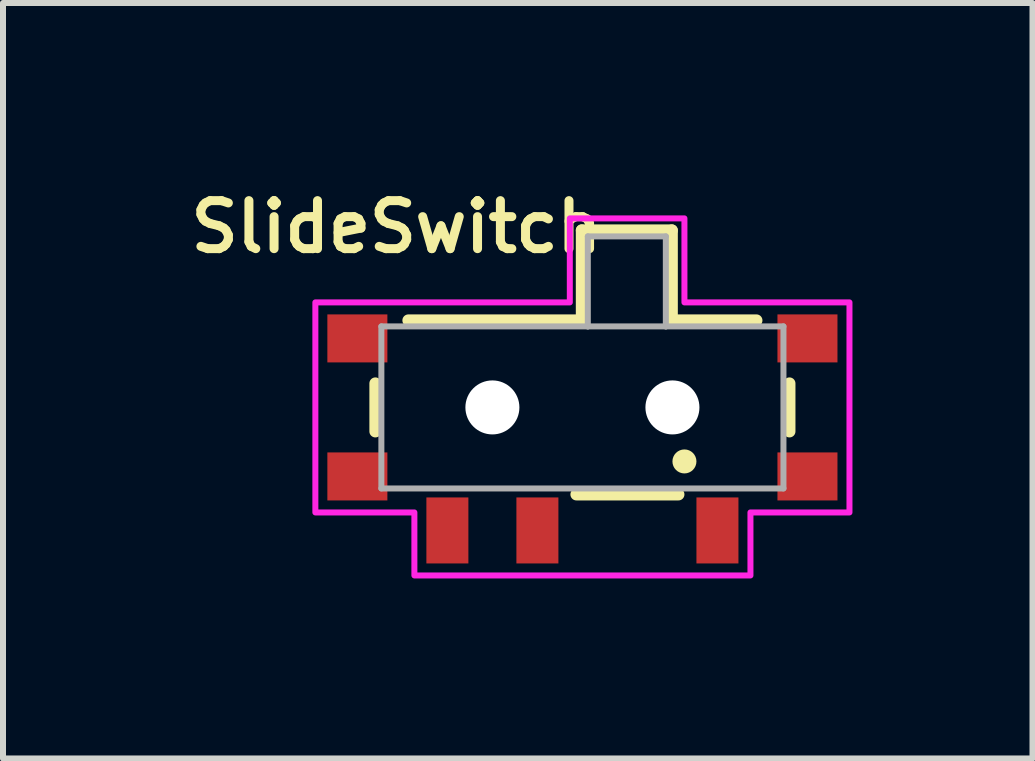
<source format=kicad_pcb>
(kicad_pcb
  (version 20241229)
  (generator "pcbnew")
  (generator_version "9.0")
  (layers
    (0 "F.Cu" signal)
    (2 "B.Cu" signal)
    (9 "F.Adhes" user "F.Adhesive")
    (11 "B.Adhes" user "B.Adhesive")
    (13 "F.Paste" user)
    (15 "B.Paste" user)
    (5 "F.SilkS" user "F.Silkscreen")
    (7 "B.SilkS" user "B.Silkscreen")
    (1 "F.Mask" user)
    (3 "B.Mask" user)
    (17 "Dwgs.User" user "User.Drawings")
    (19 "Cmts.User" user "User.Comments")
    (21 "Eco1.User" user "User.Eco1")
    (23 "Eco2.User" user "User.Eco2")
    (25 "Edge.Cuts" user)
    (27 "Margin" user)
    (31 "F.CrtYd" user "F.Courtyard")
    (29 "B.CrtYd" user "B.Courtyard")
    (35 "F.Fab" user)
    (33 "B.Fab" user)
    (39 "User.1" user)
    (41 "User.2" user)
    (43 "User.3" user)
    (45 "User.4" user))
  (footprint "SlideSwitch"
    (layer "F.Cu")
    (at 6.655 3.739)
    (property "Reference" "SlideSwitch" (at -3.1 -3.008 0) (layer "F.SilkS") (effects (font (size 0.8 0.8) (thickness 0.15))))
    (attr smd)
    (fp_line (start -3.45 -0.4) (end -3.45 0.4) (stroke (width 0.2) (type solid)) (layer "F.SilkS"))
    (fp_line (start -2.9 -1.45) (end -0.01 -1.45) (stroke (width 0.2) (type solid)) (layer "F.SilkS"))
    (fp_line (start -0.1 1.45) (end 1.6 1.45) (stroke (width 0.2) (type solid)) (layer "F.SilkS"))
    (fp_line (start -0.01 -2.95) (end 1.49 -2.95) (stroke (width 0.2) (type solid)) (layer "F.SilkS"))
    (fp_line (start -0.01 -1.45) (end -0.01 -2.95) (stroke (width 0.2) (type solid)) (layer "F.SilkS"))
    (fp_line (start 1.49 -2.95) (end 1.49 -1.45) (stroke (width 0.2) (type solid)) (layer "F.SilkS"))
    (fp_line (start 1.49 -1.45) (end 2.9 -1.45) (stroke (width 0.2) (type solid)) (layer "F.SilkS"))
    (fp_line (start 3.45 0.4) (end 3.45 -0.4) (stroke (width 0.2) (type solid)) (layer "F.SilkS"))
    (fp_circle (center 1.7 0.9) (end 1.8 0.9) (stroke (width 0.2) (type solid)) (fill no) (layer "F.SilkS"))
    (fp_poly (pts (xy -0.21 -3.15) (xy 1.7 -3.15) (xy 1.7 -1.75) (xy 4.45 -1.75) (xy 4.45 1.75) (xy 2.8 1.75) (xy 2.8 2.8) (xy -2.8 2.8) (xy -2.8 1.75) (xy -4.45 1.75) (xy -4.45 -1.75) (xy -0.21 -1.75)) (stroke (width 0.1) (type solid)) (fill no) (layer "F.CrtYd"))
    (fp_line (start -3.35 -1.35) (end 0.09 -1.35) (stroke (width 0.1) (type solid)) (layer "F.Fab"))
    (fp_line (start -3.35 1.35) (end -3.35 -1.35) (stroke (width 0.1) (type solid)) (layer "F.Fab"))
    (fp_line (start 0.09 -2.85) (end 1.39 -2.85) (stroke (width 0.1) (type solid)) (layer "F.Fab"))
    (fp_line (start 0.09 -1.35) (end 0.09 -2.85) (stroke (width 0.1) (type solid)) (layer "F.Fab"))
    (fp_line (start 0.09 -1.35) (end 1.39 -1.35) (stroke (width 0.1) (type solid)) (layer "F.Fab"))
    (fp_line (start 1.39 -2.85) (end 1.39 -1.35) (stroke (width 0.1) (type solid)) (layer "F.Fab"))
    (fp_line (start 1.39 -1.35) (end 3.35 -1.35) (stroke (width 0.1) (type solid)) (layer "F.Fab"))
    (fp_line (start 3.35 -1.35) (end 3.35 1.35) (stroke (width 0.1) (type solid)) (layer "F.Fab"))
    (fp_line (start 3.35 1.35) (end -3.35 1.35) (stroke (width 0.1) (type solid)) (layer "F.Fab"))
    (pad "" np_thru_hole circle (at -1.5 0) (size 0.9 0.9) (drill 0.9) (layers "*.Cu" "*.Mask"))
    (pad "" np_thru_hole circle (at 1.5 0) (size 0.9 0.9) (drill 0.9) (layers "*.Cu" "*.Mask"))
    (pad "1" smd rect (at 2.25 2.05) (size 0.7 1.1) (layers "F.Cu" "F.Mask" "F.Paste"))
    (pad "2" smd rect (at -0.75 2.05) (size 0.7 1.1) (layers "F.Cu" "F.Mask" "F.Paste"))
    (pad "3" smd rect (at -2.25 2.05) (size 0.7 1.1) (layers "F.Cu" "F.Mask" "F.Paste"))
    (pad "Z1" smd rect (at -3.75 -1.15) (size 1 0.8) (layers "F.Cu" "F.Mask" "F.Paste"))
    (pad "Z2" smd rect (at 3.75 -1.15) (size 1 0.8) (layers "F.Cu" "F.Mask" "F.Paste"))
    (pad "Z3" smd rect (at 3.75 1.15) (size 1 0.8) (layers "F.Cu" "F.Mask" "F.Paste"))
    (pad "Z4" smd rect (at -3.75 1.15) (size 1 0.8) (layers "F.Cu" "F.Mask" "F.Paste")))
  (gr_rect
    (start -3 -3)
    (end 14.155 9.589)
    (stroke (width 0.1) (type default))
    (fill no)
    (layer "Edge.Cuts")))
</source>
